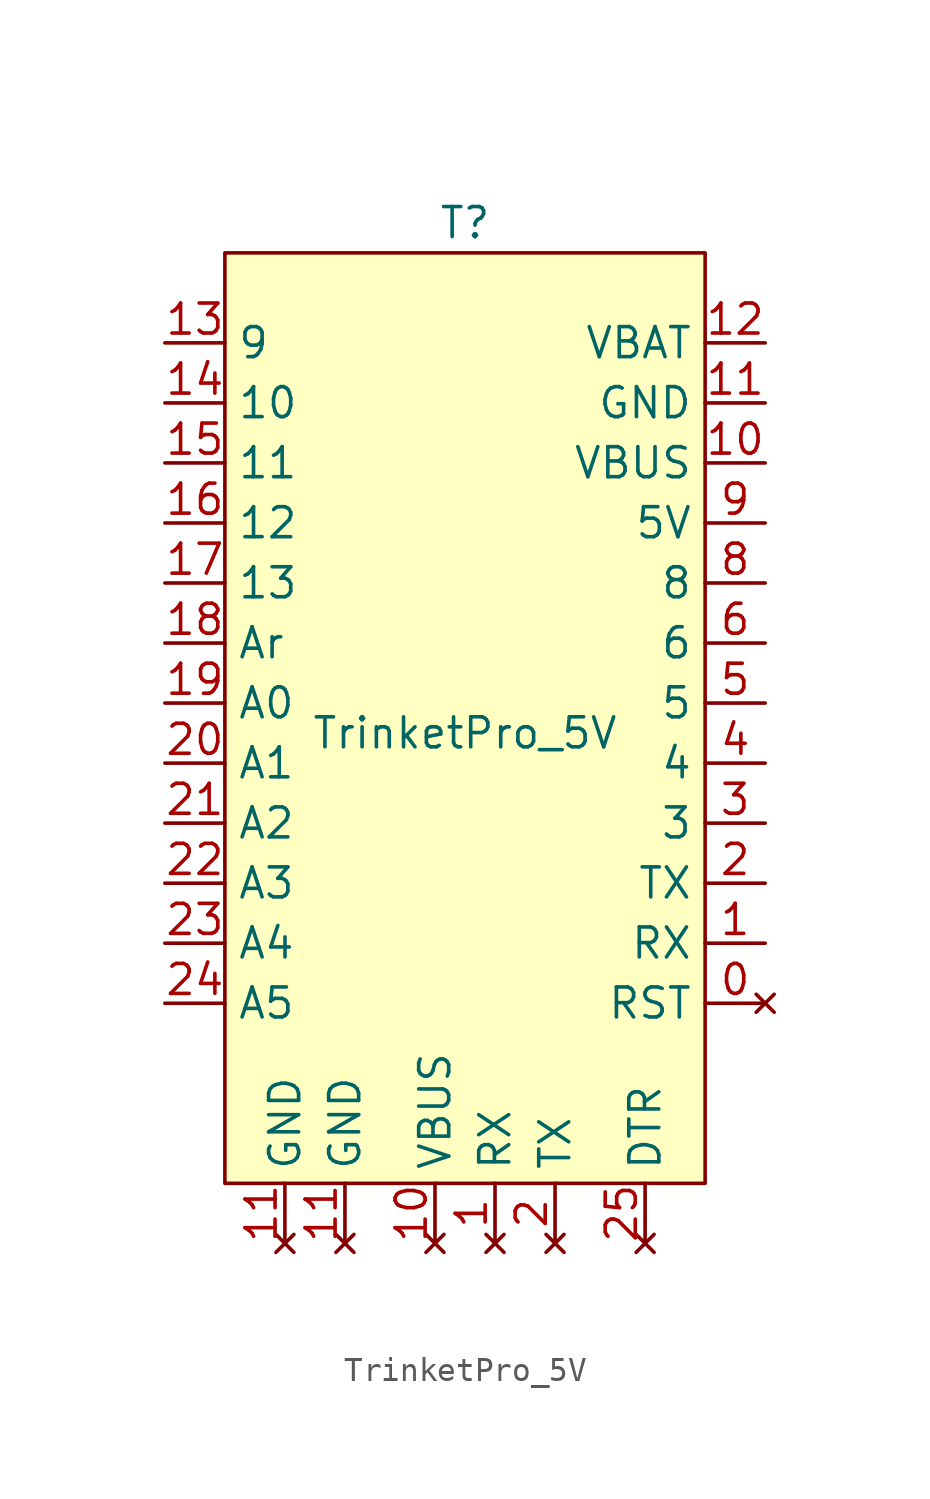
<source format=kicad_sym>
(kicad_symbol_lib
  (version 20211014)
  (generator kicad_symbol_editor)
  (symbol "TrinketPro_5V"
    (property "Reference" "T"
      (at 0 22.86 0)
      (effects (font (size 1.27 1.27))))
    (property "Value" "TrinketPro_5V"
      (at 0 1.27 0)
      (effects (font (size 1.27 1.27))))
    (symbol "TrinketPro_5V_0_1"
      (rectangle (start -10.16 21.59) (end 10.16 -17.78) (stroke (width 0.152) (type default) (color 0 0 0 0)) (fill (type background))))
    (symbol "TrinketPro_5V_1_1"
      (pin no_connect line (at 12.7 -10.16 180) (length 2.54) (name "RST" (effects (font (size 1.27 1.27)))) (number "0" (effects (font (size 1.27 1.27)))))
      (pin no_connect line (at 1.27 -20.32 90) (length 2.54) (name "RX" (effects (font (size 1.27 1.27)))) (number "1" (effects (font (size 1.27 1.27)))))
      (pin input line (at 12.7 -7.62 180) (length 2.54) (name "RX" (effects (font (size 1.27 1.27)))) (number "1" (effects (font (size 1.27 1.27)))))
      (pin no_connect line (at -1.27 -20.32 90) (length 2.54) (name "VBUS" (effects (font (size 1.27 1.27)))) (number "10" (effects (font (size 1.27 1.27)))))
      (pin power_out line (at 12.7 12.7 180) (length 2.54) (name "VBUS" (effects (font (size 1.27 1.27)))) (number "10" (effects (font (size 1.27 1.27)))))
      (pin no_connect line (at -7.62 -20.32 90) (length 2.54) (name "GND" (effects (font (size 1.27 1.27)))) (number "11" (effects (font (size 1.27 1.27)))))
      (pin no_connect line (at -5.08 -20.32 90) (length 2.54) (name "GND" (effects (font (size 1.27 1.27)))) (number "11" (effects (font (size 1.27 1.27)))))
      (pin power_in line (at 12.7 15.24 180) (length 2.54) (name "GND" (effects (font (size 1.27 1.27)))) (number "11" (effects (font (size 1.27 1.27)))))
      (pin power_in line (at 12.7 17.78 180) (length 2.54) (name "VBAT" (effects (font (size 1.27 1.27)))) (number "12" (effects (font (size 1.27 1.27)))))
      (pin bidirectional line (at -12.7 17.78 0) (length 2.54) (name "9" (effects (font (size 1.27 1.27)))) (number "13" (effects (font (size 1.27 1.27)))))
      (pin bidirectional line (at -12.7 15.24 0) (length 2.54) (name "10" (effects (font (size 1.27 1.27)))) (number "14" (effects (font (size 1.27 1.27)))))
      (pin bidirectional line (at -12.7 12.7 0) (length 2.54) (name "11" (effects (font (size 1.27 1.27)))) (number "15" (effects (font (size 1.27 1.27)))))
      (pin bidirectional line (at -12.7 10.16 0) (length 2.54) (name "12" (effects (font (size 1.27 1.27)))) (number "16" (effects (font (size 1.27 1.27)))))
      (pin bidirectional line (at -12.7 7.62 0) (length 2.54) (name "13" (effects (font (size 1.27 1.27)))) (number "17" (effects (font (size 1.27 1.27)))))
      (pin passive line (at -12.7 5.08 0) (length 2.54) (name "Ar" (effects (font (size 1.27 1.27)))) (number "18" (effects (font (size 1.27 1.27)))))
      (pin bidirectional line (at -12.7 2.54 0) (length 2.54) (name "A0" (effects (font (size 1.27 1.27)))) (number "19" (effects (font (size 1.27 1.27)))))
      (pin no_connect line (at 3.81 -20.32 90) (length 2.54) (name "TX" (effects (font (size 1.27 1.27)))) (number "2" (effects (font (size 1.27 1.27)))))
      (pin output line (at 12.7 -5.08 180) (length 2.54) (name "TX" (effects (font (size 1.27 1.27)))) (number "2" (effects (font (size 1.27 1.27)))))
      (pin bidirectional line (at -12.7 0 0) (length 2.54) (name "A1" (effects (font (size 1.27 1.27)))) (number "20" (effects (font (size 1.27 1.27)))))
      (pin bidirectional line (at -12.7 -2.54 0) (length 2.54) (name "A2" (effects (font (size 1.27 1.27)))) (number "21" (effects (font (size 1.27 1.27)))))
      (pin bidirectional line (at -12.7 -5.08 0) (length 2.54) (name "A3" (effects (font (size 1.27 1.27)))) (number "22" (effects (font (size 1.27 1.27)))))
      (pin bidirectional line (at -12.7 -7.62 0) (length 2.54) (name "A4" (effects (font (size 1.27 1.27)))) (number "23" (effects (font (size 1.27 1.27)))))
      (pin bidirectional line (at -12.7 -10.16 0) (length 2.54) (name "A5" (effects (font (size 1.27 1.27)))) (number "24" (effects (font (size 1.27 1.27)))))
      (pin no_connect line (at 7.62 -20.32 90) (length 2.54) (name "DTR" (effects (font (size 1.27 1.27)))) (number "25" (effects (font (size 1.27 1.27)))))
      (pin bidirectional line (at 12.7 -2.54 180) (length 2.54) (name "3" (effects (font (size 1.27 1.27)))) (number "3" (effects (font (size 1.27 1.27)))))
      (pin bidirectional line (at 12.7 0 180) (length 2.54) (name "4" (effects (font (size 1.27 1.27)))) (number "4" (effects (font (size 1.27 1.27)))))
      (pin bidirectional line (at 12.7 2.54 180) (length 2.54) (name "5" (effects (font (size 1.27 1.27)))) (number "5" (effects (font (size 1.27 1.27)))))
      (pin bidirectional line (at 12.7 5.08 180) (length 2.54) (name "6" (effects (font (size 1.27 1.27)))) (number "6" (effects (font (size 1.27 1.27)))))
      (pin bidirectional line (at 12.7 7.62 180) (length 2.54) (name "8" (effects (font (size 1.27 1.27)))) (number "8" (effects (font (size 1.27 1.27)))))
      (pin power_out line (at 12.7 10.16 180) (length 2.54) (name "5V" (effects (font (size 1.27 1.27)))) (number "9" (effects (font (size 1.27 1.27))))))))
</source>
